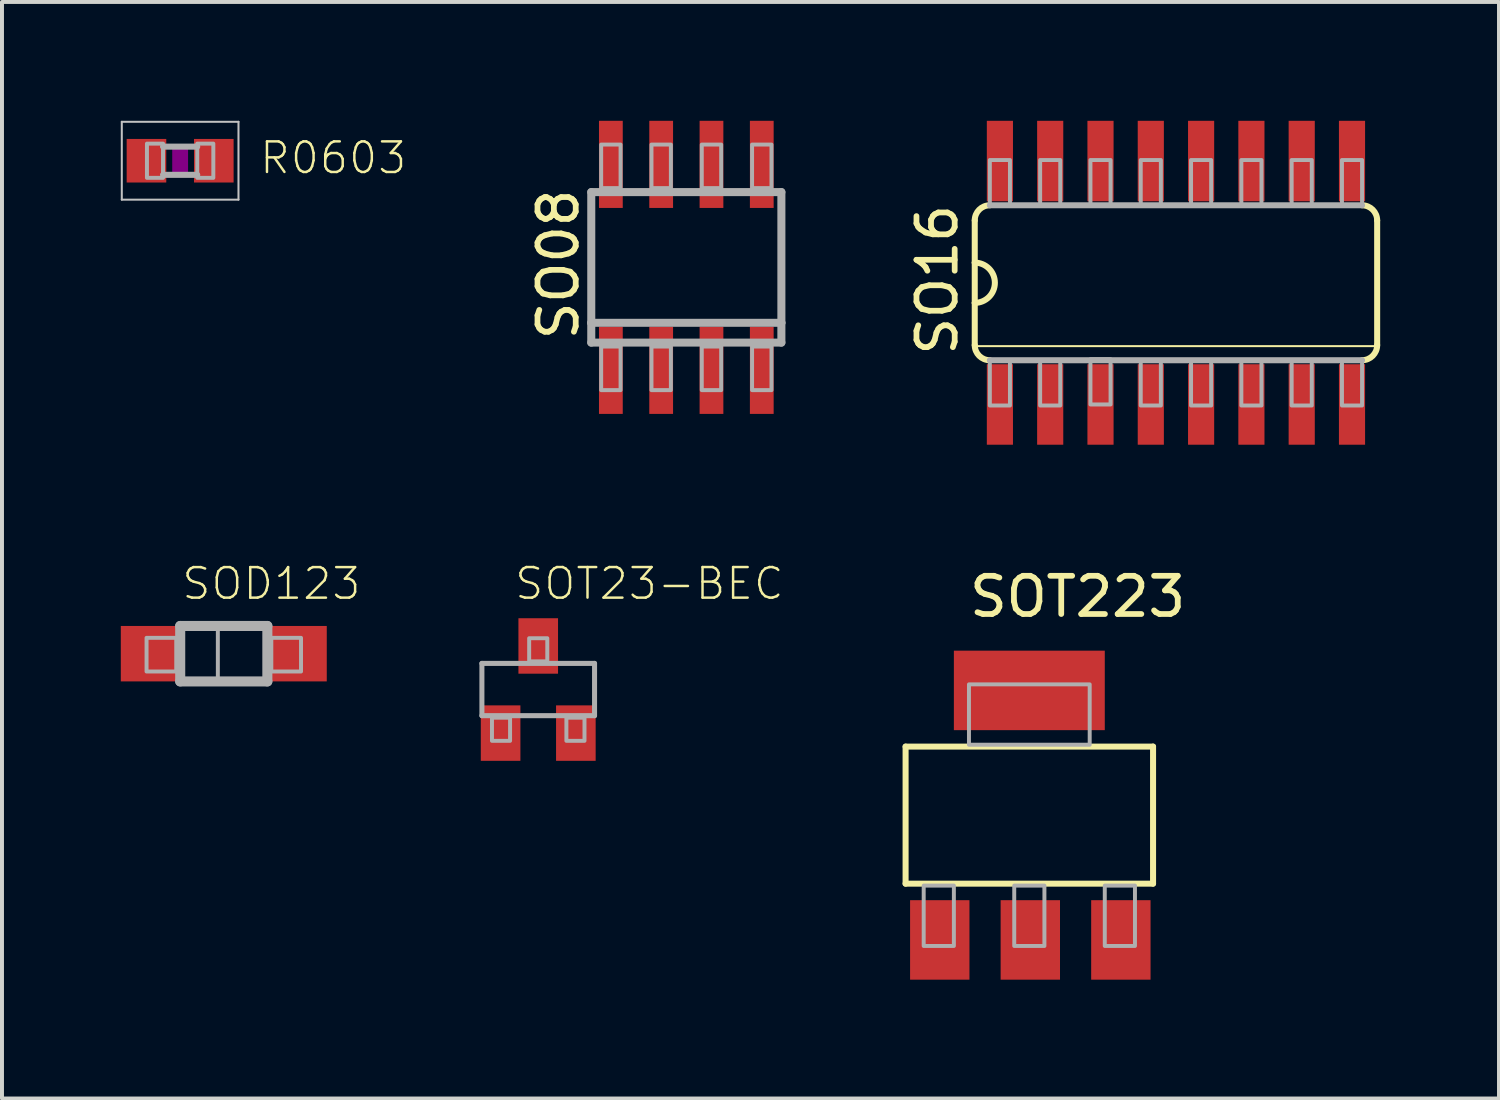
<source format=kicad_pcb>
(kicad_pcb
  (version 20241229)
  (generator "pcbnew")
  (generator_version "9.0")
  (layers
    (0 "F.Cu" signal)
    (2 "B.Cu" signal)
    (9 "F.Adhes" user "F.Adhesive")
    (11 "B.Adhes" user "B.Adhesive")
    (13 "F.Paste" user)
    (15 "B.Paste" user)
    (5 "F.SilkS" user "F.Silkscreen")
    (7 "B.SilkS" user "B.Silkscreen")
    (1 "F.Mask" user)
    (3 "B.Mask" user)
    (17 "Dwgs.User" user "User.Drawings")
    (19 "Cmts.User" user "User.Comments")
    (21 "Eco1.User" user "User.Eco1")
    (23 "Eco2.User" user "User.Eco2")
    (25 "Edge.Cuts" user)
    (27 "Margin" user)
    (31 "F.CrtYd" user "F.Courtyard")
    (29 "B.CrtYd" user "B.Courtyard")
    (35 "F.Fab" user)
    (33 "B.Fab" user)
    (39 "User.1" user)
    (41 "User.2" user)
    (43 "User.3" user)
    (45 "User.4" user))
  (footprint "R0603"
    (layer "F.Cu")
    (at 1.498 1.008)
    (property "Reference" "R0603" (at 1.968 0.381 180) (layer "F.SilkS") (effects (font (size 0.772 0.772) (thickness 0.062)) (justify left bottom)))
    (attr through_hole)
    (fp_poly (pts (xy -0.2 0.4) (xy 0.2 0.4) (xy 0.2 -0.4) (xy -0.2 -0.4)) (stroke (width 0) (type solid)) (fill yes) (layer "F.Adhes"))
    (fp_line (start -1.473 -0.983) (end 1.473 -0.983) (stroke (width 0.051) (type solid)) (layer "Dwgs.User"))
    (fp_line (start -1.473 0.983) (end -1.473 -0.983) (stroke (width 0.051) (type solid)) (layer "Dwgs.User"))
    (fp_line (start 1.473 -0.983) (end 1.473 0.983) (stroke (width 0.051) (type solid)) (layer "Dwgs.User"))
    (fp_line (start 1.473 0.983) (end -1.473 0.983) (stroke (width 0.051) (type solid)) (layer "Dwgs.User"))
    (fp_line (start -0.432 0.356) (end 0.432 0.356) (stroke (width 0.152) (type solid)) (layer "F.Fab"))
    (fp_line (start 0.432 -0.356) (end -0.432 -0.356) (stroke (width 0.152) (type solid)) (layer "F.Fab"))
    (fp_poly (pts (xy -0.838 0.432) (xy -0.432 0.432) (xy -0.432 -0.432) (xy -0.838 -0.432)) (stroke (width 0.1) (type solid)) (fill no) (layer "F.Fab"))
    (fp_poly (pts (xy 0.432 0.432) (xy 0.838 0.432) (xy 0.838 -0.432) (xy 0.432 -0.432)) (stroke (width 0.1) (type solid)) (fill no) (layer "F.Fab"))
    (pad "1" smd rect (at -0.85 0) (size 1 1.1) (layers "F.Cu" "F.Mask" "F.Paste"))
    (pad "2" smd rect (at 0.85 0) (size 1 1.1) (layers "F.Cu" "F.Mask" "F.Paste")))
  (footprint "SOD123"
    (layer "F.Cu")
    (at 2.6 13.454)
    (property "Reference" "SOD123" (at -1.1 -1.317 0) (layer "F.SilkS") (effects (font (size 0.772 0.772) (thickness 0.062)) (justify left bottom)))
    (attr through_hole)
    (fp_line (start -1.1 -0.7) (end 1.1 -0.7) (stroke (width 0.254) (type solid)) (layer "F.Fab"))
    (fp_line (start -1.1 0.7) (end -1.1 -0.7) (stroke (width 0.254) (type solid)) (layer "F.Fab"))
    (fp_line (start 1.1 -0.7) (end 1.1 0.7) (stroke (width 0.254) (type solid)) (layer "F.Fab"))
    (fp_line (start 1.1 0.7) (end -1.1 0.7) (stroke (width 0.254) (type solid)) (layer "F.Fab"))
    (fp_poly (pts (xy -1.95 0.45) (xy -1.2 0.45) (xy -1.2 -0.4) (xy -1.95 -0.4)) (stroke (width 0.1) (type solid)) (fill no) (layer "F.Fab"))
    (fp_poly (pts (xy -1.05 0.65) (xy -0.15 0.65) (xy -0.15 -0.7) (xy -1.05 -0.7)) (stroke (width 0.1) (type solid)) (fill no) (layer "F.Fab"))
    (fp_poly (pts (xy 1.2 0.45) (xy 1.95 0.45) (xy 1.95 -0.4) (xy 1.2 -0.4)) (stroke (width 0.1) (type solid)) (fill no) (layer "F.Fab"))
    (pad "A" smd rect (at 1.9 0) (size 1.4 1.4) (layers "F.Cu" "F.Mask" "F.Paste"))
    (pad "C" smd rect (at -1.9 0) (size 1.4 1.4) (layers "F.Cu" "F.Mask" "F.Paste")))
  (footprint "SO08"
    (layer "F.Cu")
    (at 14.278 3.7)
    (property "Reference" "SO08" (at -2.667 1.905 90) (layer "F.SilkS") (effects (font (size 0.965 0.965) (thickness 0.145)) (justify left bottom)))
    (attr through_hole)
    (fp_line (start -2.4 -1.9) (end 2.4 -1.9) (stroke (width 0.203) (type solid)) (layer "F.Fab"))
    (fp_line (start -2.4 1.4) (end -2.4 -1.9) (stroke (width 0.203) (type solid)) (layer "F.Fab"))
    (fp_line (start -2.4 1.9) (end -2.4 1.4) (stroke (width 0.203) (type solid)) (layer "F.Fab"))
    (fp_line (start 2.4 -1.9) (end 2.4 1.4) (stroke (width 0.203) (type solid)) (layer "F.Fab"))
    (fp_line (start 2.4 1.4) (end -2.4 1.4) (stroke (width 0.203) (type solid)) (layer "F.Fab"))
    (fp_line (start 2.4 1.4) (end 2.4 1.9) (stroke (width 0.203) (type solid)) (layer "F.Fab"))
    (fp_line (start 2.4 1.9) (end -2.4 1.9) (stroke (width 0.203) (type solid)) (layer "F.Fab"))
    (fp_poly (pts (xy -2.15 -2) (xy -1.66 -2) (xy -1.66 -3.1) (xy -2.15 -3.1)) (stroke (width 0.1) (type solid)) (fill no) (layer "F.Fab"))
    (fp_poly (pts (xy -2.15 3.1) (xy -1.66 3.1) (xy -1.66 2) (xy -2.15 2)) (stroke (width 0.1) (type solid)) (fill no) (layer "F.Fab"))
    (fp_poly (pts (xy -0.88 -2) (xy -0.39 -2) (xy -0.39 -3.1) (xy -0.88 -3.1)) (stroke (width 0.1) (type solid)) (fill no) (layer "F.Fab"))
    (fp_poly (pts (xy -0.88 3.1) (xy -0.39 3.1) (xy -0.39 2) (xy -0.88 2)) (stroke (width 0.1) (type solid)) (fill no) (layer "F.Fab"))
    (fp_poly (pts (xy 0.39 -2) (xy 0.88 -2) (xy 0.88 -3.1) (xy 0.39 -3.1)) (stroke (width 0.1) (type solid)) (fill no) (layer "F.Fab"))
    (fp_poly (pts (xy 0.39 3.1) (xy 0.88 3.1) (xy 0.88 2) (xy 0.39 2)) (stroke (width 0.1) (type solid)) (fill no) (layer "F.Fab"))
    (fp_poly (pts (xy 1.66 -2) (xy 2.15 -2) (xy 2.15 -3.1) (xy 1.66 -3.1)) (stroke (width 0.1) (type solid)) (fill no) (layer "F.Fab"))
    (fp_poly (pts (xy 1.66 3.1) (xy 2.15 3.1) (xy 2.15 2) (xy 1.66 2)) (stroke (width 0.1) (type solid)) (fill no) (layer "F.Fab"))
    (pad "1" smd rect (at -1.905 2.6) (size 0.6 2.2) (layers "F.Cu" "F.Mask" "F.Paste"))
    (pad "2" smd rect (at -0.635 2.6) (size 0.6 2.2) (layers "F.Cu" "F.Mask" "F.Paste"))
    (pad "3" smd rect (at 0.635 2.6) (size 0.6 2.2) (layers "F.Cu" "F.Mask" "F.Paste"))
    (pad "4" smd rect (at 1.905 2.6) (size 0.6 2.2) (layers "F.Cu" "F.Mask" "F.Paste"))
    (pad "5" smd rect (at 1.905 -2.6) (size 0.6 2.2) (layers "F.Cu" "F.Mask" "F.Paste"))
    (pad "6" smd rect (at 0.635 -2.6) (size 0.6 2.2) (layers "F.Cu" "F.Mask" "F.Paste"))
    (pad "7" smd rect (at -0.635 -2.6) (size 0.6 2.2) (layers "F.Cu" "F.Mask" "F.Paste"))
    (pad "8" smd rect (at -1.905 -2.6) (size 0.6 2.2) (layers "F.Cu" "F.Mask" "F.Paste")))
  (footprint "SOT23-BEC"
    (layer "F.Cu")
    (at 10.539 14.359)
    (property "Reference" "SOT23-BEC" (at -0.635 -2.223 0) (layer "F.SilkS") (effects (font (size 0.772 0.772) (thickness 0.062)) (justify left bottom)))
    (attr through_hole)
    (fp_line (start -1.422 -0.66) (end 1.422 -0.66) (stroke (width 0.127) (type solid)) (layer "F.Fab"))
    (fp_line (start -1.422 0.66) (end -1.422 -0.66) (stroke (width 0.127) (type solid)) (layer "F.Fab"))
    (fp_line (start 1.422 -0.66) (end 1.422 0.66) (stroke (width 0.127) (type solid)) (layer "F.Fab"))
    (fp_line (start 1.422 0.66) (end -1.422 0.66) (stroke (width 0.127) (type solid)) (layer "F.Fab"))
    (fp_poly (pts (xy -1.168 1.295) (xy -0.711 1.295) (xy -0.711 0.711) (xy -1.168 0.711)) (stroke (width 0.1) (type solid)) (fill no) (layer "F.Fab"))
    (fp_poly (pts (xy -0.229 -0.711) (xy 0.229 -0.711) (xy 0.229 -1.295) (xy -0.229 -1.295)) (stroke (width 0.1) (type solid)) (fill no) (layer "F.Fab"))
    (fp_poly (pts (xy 0.711 1.295) (xy 1.168 1.295) (xy 1.168 0.711) (xy 0.711 0.711)) (stroke (width 0.1) (type solid)) (fill no) (layer "F.Fab"))
    (pad "B" smd rect (at -0.95 1.1) (size 1 1.4) (layers "F.Cu" "F.Mask" "F.Paste"))
    (pad "C" smd rect (at 0 -1.1) (size 1 1.4) (layers "F.Cu" "F.Mask" "F.Paste"))
    (pad "E" smd rect (at 0.95 1.1) (size 1 1.4) (layers "F.Cu" "F.Mask" "F.Paste")))
  (footprint "SO16"
    (layer "F.Cu")
    (at 26.64 4.089)
    (property "Reference" "SO16" (at -5.461 1.905 90) (layer "F.SilkS") (effects (font (size 0.965 0.965) (thickness 0.145)) (justify left bottom)))
    (attr through_hole)
    (fp_line (start -5.08 -1.575) (end -5.08 -0.508) (stroke (width 0.152) (type solid)) (layer "F.SilkS"))
    (fp_line (start -5.08 -0.508) (end -5.08 0.508) (stroke (width 0.152) (type solid)) (layer "F.SilkS"))
    (fp_line (start -5.08 0.508) (end -5.08 1.575) (stroke (width 0.152) (type solid)) (layer "F.SilkS"))
    (fp_line (start -5.08 1.6) (end 5.08 1.6) (stroke (width 0.051) (type solid)) (layer "F.SilkS"))
    (fp_line (start 5.08 1.575) (end 5.08 -1.575) (stroke (width 0.152) (type solid)) (layer "F.SilkS"))
    (fp_arc (start -5.08 -1.5748) (mid -4.968408 -1.844208) (end -4.699 -1.9558) (stroke (width 0.1524) (type solid)) (layer "F.SilkS"))
    (fp_arc (start -5.08 -0.508) (mid -4.572 0) (end -5.08 0.508) (stroke (width 0.1524) (type solid)) (layer "F.SilkS"))
    (fp_arc (start -4.699 1.9558) (mid -4.968408 1.844208) (end -5.08 1.5748) (stroke (width 0.1524) (type solid)) (layer "F.SilkS"))
    (fp_arc (start 4.699 -1.9558) (mid 4.968408 -1.844208) (end 5.08 -1.5748) (stroke (width 0.1524) (type solid)) (layer "F.SilkS"))
    (fp_arc (start 5.08 1.5748) (mid 4.968408 1.844208) (end 4.699 1.9558) (stroke (width 0.1524) (type solid)) (layer "F.SilkS"))
    (fp_line (start -4.699 1.956) (end 4.699 1.956) (stroke (width 0.152) (type solid)) (layer "F.Fab"))
    (fp_line (start 4.699 -1.956) (end -4.699 -1.956) (stroke (width 0.152) (type solid)) (layer "F.Fab"))
    (fp_poly (pts (xy -4.699 -1.956) (xy -4.191 -1.956) (xy -4.191 -3.099) (xy -4.699 -3.099)) (stroke (width 0.1) (type solid)) (fill no) (layer "F.Fab"))
    (fp_poly (pts (xy -4.699 3.099) (xy -4.191 3.099) (xy -4.191 1.956) (xy -4.699 1.956)) (stroke (width 0.1) (type solid)) (fill no) (layer "F.Fab"))
    (fp_poly (pts (xy -3.429 -1.956) (xy -2.921 -1.956) (xy -2.921 -3.099) (xy -3.429 -3.099)) (stroke (width 0.1) (type solid)) (fill no) (layer "F.Fab"))
    (fp_poly (pts (xy -3.429 3.099) (xy -2.921 3.099) (xy -2.921 1.956) (xy -3.429 1.956)) (stroke (width 0.1) (type solid)) (fill no) (layer "F.Fab"))
    (fp_poly (pts (xy -2.159 -1.956) (xy -1.651 -1.956) (xy -1.651 -3.099) (xy -2.159 -3.099)) (stroke (width 0.1) (type solid)) (fill no) (layer "F.Fab"))
    (fp_poly (pts (xy -2.159 3.073) (xy -1.651 3.073) (xy -1.651 1.93) (xy -2.159 1.93)) (stroke (width 0.1) (type solid)) (fill no) (layer "F.Fab"))
    (fp_poly (pts (xy -0.889 -1.956) (xy -0.381 -1.956) (xy -0.381 -3.099) (xy -0.889 -3.099)) (stroke (width 0.1) (type solid)) (fill no) (layer "F.Fab"))
    (fp_poly (pts (xy -0.889 3.099) (xy -0.381 3.099) (xy -0.381 1.956) (xy -0.889 1.956)) (stroke (width 0.1) (type solid)) (fill no) (layer "F.Fab"))
    (fp_poly (pts (xy 0.381 -1.956) (xy 0.889 -1.956) (xy 0.889 -3.099) (xy 0.381 -3.099)) (stroke (width 0.1) (type solid)) (fill no) (layer "F.Fab"))
    (fp_poly (pts (xy 0.381 3.099) (xy 0.889 3.099) (xy 0.889 1.956) (xy 0.381 1.956)) (stroke (width 0.1) (type solid)) (fill no) (layer "F.Fab"))
    (fp_poly (pts (xy 1.651 -1.956) (xy 2.159 -1.956) (xy 2.159 -3.099) (xy 1.651 -3.099)) (stroke (width 0.1) (type solid)) (fill no) (layer "F.Fab"))
    (fp_poly (pts (xy 1.651 3.099) (xy 2.159 3.099) (xy 2.159 1.956) (xy 1.651 1.956)) (stroke (width 0.1) (type solid)) (fill no) (layer "F.Fab"))
    (fp_poly (pts (xy 2.921 -1.956) (xy 3.429 -1.956) (xy 3.429 -3.099) (xy 2.921 -3.099)) (stroke (width 0.1) (type solid)) (fill no) (layer "F.Fab"))
    (fp_poly (pts (xy 2.921 3.099) (xy 3.429 3.099) (xy 3.429 1.956) (xy 2.921 1.956)) (stroke (width 0.1) (type solid)) (fill no) (layer "F.Fab"))
    (fp_poly (pts (xy 4.191 -1.956) (xy 4.699 -1.956) (xy 4.699 -3.099) (xy 4.191 -3.099)) (stroke (width 0.1) (type solid)) (fill no) (layer "F.Fab"))
    (fp_poly (pts (xy 4.191 3.099) (xy 4.699 3.099) (xy 4.699 1.956) (xy 4.191 1.956)) (stroke (width 0.1) (type solid)) (fill no) (layer "F.Fab"))
    (pad "1" smd rect (at -4.445 3.073) (size 0.66 2.032) (layers "F.Cu" "F.Mask" "F.Paste"))
    (pad "2" smd rect (at -3.175 3.073) (size 0.66 2.032) (layers "F.Cu" "F.Mask" "F.Paste"))
    (pad "3" smd rect (at -1.905 3.073) (size 0.66 2.032) (layers "F.Cu" "F.Mask" "F.Paste"))
    (pad "4" smd rect (at -0.635 3.073) (size 0.66 2.032) (layers "F.Cu" "F.Mask" "F.Paste"))
    (pad "5" smd rect (at 0.635 3.073) (size 0.66 2.032) (layers "F.Cu" "F.Mask" "F.Paste"))
    (pad "6" smd rect (at 1.905 3.073) (size 0.66 2.032) (layers "F.Cu" "F.Mask" "F.Paste"))
    (pad "7" smd rect (at 3.175 3.073) (size 0.66 2.032) (layers "F.Cu" "F.Mask" "F.Paste"))
    (pad "8" smd rect (at 4.445 3.073) (size 0.66 2.032) (layers "F.Cu" "F.Mask" "F.Paste"))
    (pad "9" smd rect (at 4.445 -3.073) (size 0.66 2.032) (layers "F.Cu" "F.Mask" "F.Paste"))
    (pad "10" smd rect (at 3.175 -3.073) (size 0.66 2.032) (layers "F.Cu" "F.Mask" "F.Paste"))
    (pad "11" smd rect (at 1.905 -3.073) (size 0.66 2.032) (layers "F.Cu" "F.Mask" "F.Paste"))
    (pad "12" smd rect (at 0.635 -3.073) (size 0.66 2.032) (layers "F.Cu" "F.Mask" "F.Paste"))
    (pad "13" smd rect (at -0.635 -3.073) (size 0.66 2.032) (layers "F.Cu" "F.Mask" "F.Paste"))
    (pad "14" smd rect (at -1.905 -3.073) (size 0.66 2.032) (layers "F.Cu" "F.Mask" "F.Paste"))
    (pad "15" smd rect (at -3.175 -3.073) (size 0.66 2.032) (layers "F.Cu" "F.Mask" "F.Paste"))
    (pad "16" smd rect (at -4.445 -3.073) (size 0.66 2.032) (layers "F.Cu" "F.Mask" "F.Paste")))
  (footprint "SOT223"
    (layer "F.Cu")
    (at 22.938 17.531)
    (property "Reference" "SOT223" (at -1.587 -4.953 0) (layer "F.SilkS") (effects (font (size 0.965 0.965) (thickness 0.145)) (justify left bottom)))
    (attr through_hole)
    (fp_line (start -3.124 -1.731) (end -3.124 1.729) (stroke (width 0.152) (type solid)) (layer "F.SilkS"))
    (fp_line (start -3.124 -1.731) (end 3.124 -1.731) (stroke (width 0.152) (type solid)) (layer "F.SilkS"))
    (fp_line (start 3.124 1.729) (end -3.124 1.729) (stroke (width 0.152) (type solid)) (layer "F.SilkS"))
    (fp_line (start 3.124 1.729) (end 3.124 -1.731) (stroke (width 0.152) (type solid)) (layer "F.SilkS"))
    (fp_poly (pts (xy -2.667 3.302) (xy -1.905 3.302) (xy -1.905 1.778) (xy -2.667 1.778)) (stroke (width 0.1) (type solid)) (fill no) (layer "F.Fab"))
    (fp_poly (pts (xy -1.524 -1.778) (xy 1.524 -1.778) (xy 1.524 -3.302) (xy -1.524 -3.302)) (stroke (width 0.1) (type solid)) (fill no) (layer "F.Fab"))
    (fp_poly (pts (xy -0.381 3.302) (xy 0.381 3.302) (xy 0.381 1.778) (xy -0.381 1.778)) (stroke (width 0.1) (type solid)) (fill no) (layer "F.Fab"))
    (fp_poly (pts (xy 1.905 3.302) (xy 2.667 3.302) (xy 2.667 1.778) (xy 1.905 1.778)) (stroke (width 0.1) (type solid)) (fill no) (layer "F.Fab"))
    (pad "1" smd rect (at -2.261 3.15) (size 1.499 2.007) (layers "F.Cu" "F.Mask" "F.Paste"))
    (pad "2" smd rect (at 0.025 3.15) (size 1.499 2.007) (layers "F.Cu" "F.Mask" "F.Paste"))
    (pad "3" smd rect (at 2.311 3.15) (size 1.499 2.007) (layers "F.Cu" "F.Mask" "F.Paste"))
    (pad "4" smd rect (at 0 -3.15) (size 3.81 2.007) (layers "F.Cu" "F.Mask" "F.Paste")))
  (gr_rect
    (start -3 -3)
    (end 34.796 24.684)
    (stroke (width 0.1) (type default))
    (fill no)
    (layer "Edge.Cuts")))
</source>
